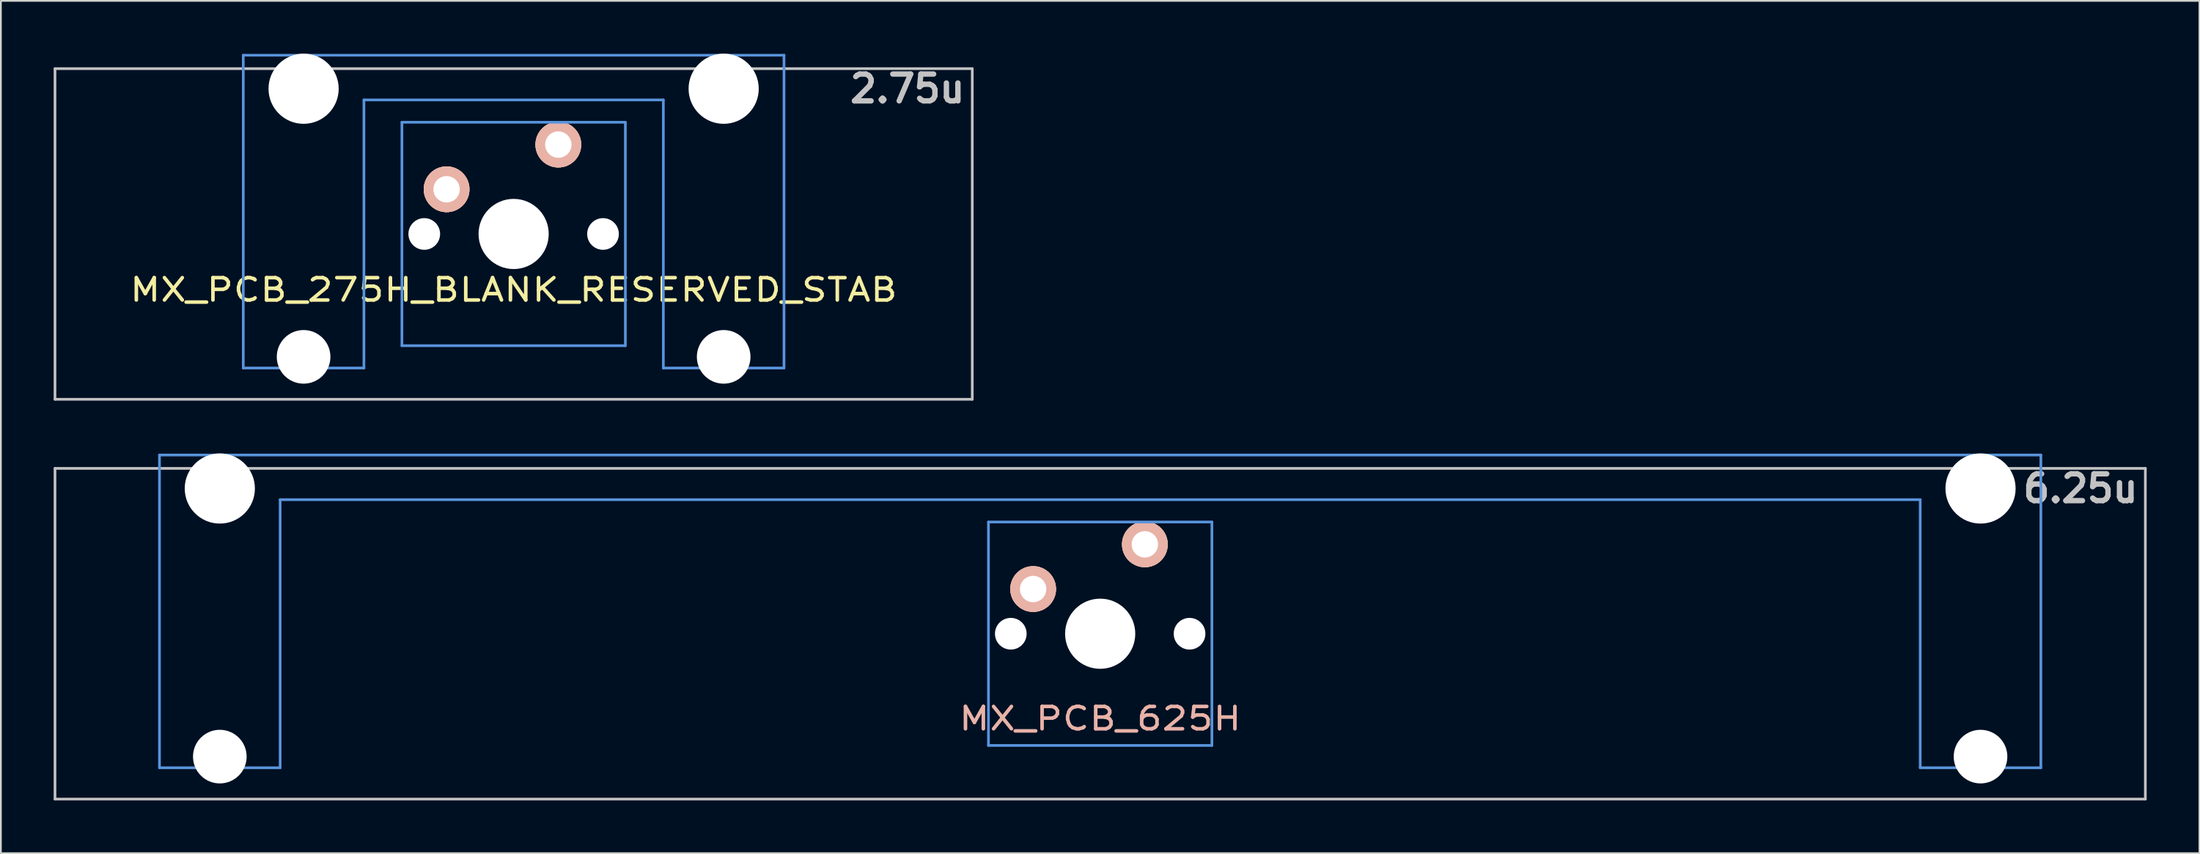
<source format=kicad_pcb>
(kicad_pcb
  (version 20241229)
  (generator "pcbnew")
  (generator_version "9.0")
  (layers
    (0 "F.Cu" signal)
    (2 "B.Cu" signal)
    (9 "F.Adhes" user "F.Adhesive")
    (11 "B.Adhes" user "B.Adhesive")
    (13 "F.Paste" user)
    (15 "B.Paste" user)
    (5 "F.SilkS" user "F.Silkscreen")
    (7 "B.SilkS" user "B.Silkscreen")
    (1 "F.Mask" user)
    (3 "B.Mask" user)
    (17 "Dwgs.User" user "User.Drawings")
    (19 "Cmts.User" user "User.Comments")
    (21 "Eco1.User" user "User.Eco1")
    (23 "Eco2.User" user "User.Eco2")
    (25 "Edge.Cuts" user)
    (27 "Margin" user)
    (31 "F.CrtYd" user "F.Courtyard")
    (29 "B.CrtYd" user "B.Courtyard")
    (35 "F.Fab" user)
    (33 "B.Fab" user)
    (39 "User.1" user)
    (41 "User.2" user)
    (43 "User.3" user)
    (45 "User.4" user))
  (footprint "MX_PCB_275H_BLANK_RESERVED_STAB"
    (layer "F.Cu")
    (at 26.144 10.249)
    (property "Reference" "MX_PCB_275H_BLANK_RESERVED_STAB" (at 0 3.175 0) (layer "F.SilkS") (effects (font (size 1.27 1.524) (thickness 0.203))))
    (attr through_hole)
    (fp_line (start -26.068 -9.398) (end 26.068 -9.398) (stroke (width 0.152) (type solid)) (layer "Dwgs.User"))
    (fp_line (start -26.068 9.398) (end -26.068 -9.398) (stroke (width 0.152) (type solid)) (layer "Dwgs.User"))
    (fp_line (start 26.068 -9.398) (end 26.068 9.398) (stroke (width 0.152) (type solid)) (layer "Dwgs.User"))
    (fp_line (start 26.068 9.398) (end -26.068 9.398) (stroke (width 0.152) (type solid)) (layer "Dwgs.User"))
    (fp_line (start -15.367 -10.16) (end -15.367 7.62) (stroke (width 0.152) (type solid)) (layer "Cmts.User"))
    (fp_line (start -15.367 7.62) (end -8.509 7.62) (stroke (width 0.152) (type solid)) (layer "Cmts.User"))
    (fp_line (start -8.509 -7.62) (end 8.509 -7.62) (stroke (width 0.152) (type solid)) (layer "Cmts.User"))
    (fp_line (start -8.509 7.62) (end -8.509 -7.62) (stroke (width 0.152) (type solid)) (layer "Cmts.User"))
    (fp_line (start -6.35 -6.35) (end 6.35 -6.35) (stroke (width 0.152) (type solid)) (layer "Cmts.User"))
    (fp_line (start -6.35 6.35) (end -6.35 -6.35) (stroke (width 0.152) (type solid)) (layer "Cmts.User"))
    (fp_line (start 6.35 -6.35) (end 6.35 6.35) (stroke (width 0.152) (type solid)) (layer "Cmts.User"))
    (fp_line (start 6.35 6.35) (end -6.35 6.35) (stroke (width 0.152) (type solid)) (layer "Cmts.User"))
    (fp_line (start 8.509 -7.62) (end 8.509 7.62) (stroke (width 0.152) (type solid)) (layer "Cmts.User"))
    (fp_line (start 8.509 7.62) (end 15.367 7.62) (stroke (width 0.152) (type solid)) (layer "Cmts.User"))
    (fp_line (start 15.367 -10.16) (end -15.367 -10.16) (stroke (width 0.152) (type solid)) (layer "Cmts.User"))
    (fp_line (start 15.367 7.62) (end 15.367 -10.16) (stroke (width 0.152) (type solid)) (layer "Cmts.User"))
    (fp_line (start -16.129 -0.508) (end -15.265 -0.508) (stroke (width 0.152) (type solid)) (layer "Eco2.User"))
    (fp_line (start -16.129 2.286) (end -16.129 -0.508) (stroke (width 0.152) (type solid)) (layer "Eco2.User"))
    (fp_line (start -15.265 -6.604) (end -14.224 -6.604) (stroke (width 0.152) (type solid)) (layer "Eco2.User"))
    (fp_line (start -15.265 -0.508) (end -15.265 -6.604) (stroke (width 0.152) (type solid)) (layer "Eco2.User"))
    (fp_line (start -15.265 2.286) (end -16.129 2.286) (stroke (width 0.152) (type solid)) (layer "Eco2.User"))
    (fp_line (start -15.265 5.69) (end -15.265 2.286) (stroke (width 0.152) (type solid)) (layer "Eco2.User"))
    (fp_line (start -14.224 -7.772) (end -9.652 -7.772) (stroke (width 0.152) (type solid)) (layer "Eco2.User"))
    (fp_line (start -14.224 -6.604) (end -14.224 -7.772) (stroke (width 0.152) (type solid)) (layer "Eco2.User"))
    (fp_line (start -9.652 -7.772) (end -9.652 -6.604) (stroke (width 0.152) (type solid)) (layer "Eco2.User"))
    (fp_line (start -9.652 -6.604) (end -8.611 -6.604) (stroke (width 0.152) (type solid)) (layer "Eco2.User"))
    (fp_line (start -8.611 -6.604) (end -8.611 -5.817) (stroke (width 0.152) (type solid)) (layer "Eco2.User"))
    (fp_line (start -8.611 -5.817) (end -6.985 -5.817) (stroke (width 0.152) (type solid)) (layer "Eco2.User"))
    (fp_line (start -8.611 4.877) (end -8.611 5.69) (stroke (width 0.152) (type solid)) (layer "Eco2.User"))
    (fp_line (start -8.611 5.69) (end -15.265 5.69) (stroke (width 0.152) (type solid)) (layer "Eco2.User"))
    (fp_line (start -6.985 -6.985) (end 6.985 -6.985) (stroke (width 0.152) (type solid)) (layer "Eco2.User"))
    (fp_line (start -6.985 -5.817) (end -6.985 -6.985) (stroke (width 0.152) (type solid)) (layer "Eco2.User"))
    (fp_line (start -6.985 4.877) (end -8.611 4.877) (stroke (width 0.152) (type solid)) (layer "Eco2.User"))
    (fp_line (start -6.985 6.985) (end -6.985 4.877) (stroke (width 0.152) (type solid)) (layer "Eco2.User"))
    (fp_line (start 6.985 -6.985) (end 6.985 -5.817) (stroke (width 0.152) (type solid)) (layer "Eco2.User"))
    (fp_line (start 6.985 -5.817) (end 8.611 -5.817) (stroke (width 0.152) (type solid)) (layer "Eco2.User"))
    (fp_line (start 6.985 4.877) (end 6.985 6.985) (stroke (width 0.152) (type solid)) (layer "Eco2.User"))
    (fp_line (start 6.985 6.985) (end -6.985 6.985) (stroke (width 0.152) (type solid)) (layer "Eco2.User"))
    (fp_line (start 8.611 -6.604) (end 9.652 -6.604) (stroke (width 0.152) (type solid)) (layer "Eco2.User"))
    (fp_line (start 8.611 -5.817) (end 8.611 -6.604) (stroke (width 0.152) (type solid)) (layer "Eco2.User"))
    (fp_line (start 8.611 4.877) (end 6.985 4.877) (stroke (width 0.152) (type solid)) (layer "Eco2.User"))
    (fp_line (start 8.611 5.69) (end 8.611 4.877) (stroke (width 0.152) (type solid)) (layer "Eco2.User"))
    (fp_line (start 9.652 -7.772) (end 14.224 -7.772) (stroke (width 0.152) (type solid)) (layer "Eco2.User"))
    (fp_line (start 9.652 -6.604) (end 9.652 -7.772) (stroke (width 0.152) (type solid)) (layer "Eco2.User"))
    (fp_line (start 14.224 -7.772) (end 14.224 -6.604) (stroke (width 0.152) (type solid)) (layer "Eco2.User"))
    (fp_line (start 14.224 -6.604) (end 15.265 -6.604) (stroke (width 0.152) (type solid)) (layer "Eco2.User"))
    (fp_line (start 15.265 -6.604) (end 15.265 -0.508) (stroke (width 0.152) (type solid)) (layer "Eco2.User"))
    (fp_line (start 15.265 -0.508) (end 16.129 -0.508) (stroke (width 0.152) (type solid)) (layer "Eco2.User"))
    (fp_line (start 15.265 2.286) (end 15.265 5.69) (stroke (width 0.152) (type solid)) (layer "Eco2.User"))
    (fp_line (start 15.265 5.69) (end 8.611 5.69) (stroke (width 0.152) (type solid)) (layer "Eco2.User"))
    (fp_line (start 16.129 -0.508) (end 16.129 2.286) (stroke (width 0.152) (type solid)) (layer "Eco2.User"))
    (fp_line (start 16.129 2.286) (end 15.265 2.286) (stroke (width 0.152) (type solid)) (layer "Eco2.User"))
    (fp_text user "2.75u" (at 22.385 -8.255 180) (layer "Dwgs.User") (effects (font (size 1.524 1.524) (thickness 0.305))))
    (pad "" np_thru_hole circle (at -11.938 -8.255 180) (size 3.988 3.988) (drill 3.988) (layers "*.Cu"))
    (pad "" np_thru_hole circle (at -11.938 6.985 180) (size 3.048 3.048) (drill 3.048) (layers "*.Cu"))
    (pad "" np_thru_hole circle (at -5.08 0) (size 1.8 1.8) (drill 1.8) (layers "*.Cu"))
    (pad "" np_thru_hole circle (at 0 0) (size 3.988 3.988) (drill 3.988) (layers "*.Cu"))
    (pad "" np_thru_hole circle (at 5.08 0) (size 1.8 1.8) (drill 1.8) (layers "*.Cu"))
    (pad "" np_thru_hole circle (at 11.938 -8.255 180) (size 3.988 3.988) (drill 3.988) (layers "*.Cu"))
    (pad "" np_thru_hole circle (at 11.938 6.985 180) (size 3.048 3.048) (drill 3.048) (layers "*.Cu"))
    (pad "1" thru_hole circle (at 2.54 -5.08) (size 2.6 2.6) (drill 1.499) (layers "*.Cu" "*.SilkS" "*.Mask"))
    (pad "2" thru_hole circle (at -3.81 -2.54) (size 2.6 2.6) (drill 1.499) (layers "*.Cu" "*.SilkS" "*.Mask")))
  (footprint "MX_PCB_625H"
    (layer "F.Cu")
    (at 59.482 32.972)
    (property "Reference" "MX_PCB_625H" (at 0 4.825 180) (layer "B.SilkS") (effects (font (size 1.27 1.524) (thickness 0.203))))
    (attr through_hole)
    (fp_line (start -59.406 -9.398) (end 59.406 -9.398) (stroke (width 0.152) (type solid)) (layer "Dwgs.User"))
    (fp_line (start -59.406 9.398) (end -59.406 -9.398) (stroke (width 0.152) (type solid)) (layer "Dwgs.User"))
    (fp_line (start 59.406 -9.398) (end 59.406 9.398) (stroke (width 0.152) (type solid)) (layer "Dwgs.User"))
    (fp_line (start 59.406 9.398) (end -59.406 9.398) (stroke (width 0.152) (type solid)) (layer "Dwgs.User"))
    (fp_line (start -53.467 -10.16) (end -53.467 7.62) (stroke (width 0.152) (type solid)) (layer "Cmts.User"))
    (fp_line (start -53.467 7.62) (end -46.609 7.62) (stroke (width 0.152) (type solid)) (layer "Cmts.User"))
    (fp_line (start -46.609 -7.62) (end 46.609 -7.62) (stroke (width 0.152) (type solid)) (layer "Cmts.User"))
    (fp_line (start -46.609 7.62) (end -46.609 -7.62) (stroke (width 0.152) (type solid)) (layer "Cmts.User"))
    (fp_line (start -6.35 -6.35) (end 6.35 -6.35) (stroke (width 0.152) (type solid)) (layer "Cmts.User"))
    (fp_line (start -6.35 6.35) (end -6.35 -6.35) (stroke (width 0.152) (type solid)) (layer "Cmts.User"))
    (fp_line (start 6.35 -6.35) (end 6.35 6.35) (stroke (width 0.152) (type solid)) (layer "Cmts.User"))
    (fp_line (start 6.35 6.35) (end -6.35 6.35) (stroke (width 0.152) (type solid)) (layer "Cmts.User"))
    (fp_line (start 46.609 -7.62) (end 46.609 7.62) (stroke (width 0.152) (type solid)) (layer "Cmts.User"))
    (fp_line (start 46.609 7.62) (end 53.467 7.62) (stroke (width 0.152) (type solid)) (layer "Cmts.User"))
    (fp_line (start 53.467 -10.16) (end -53.467 -10.16) (stroke (width 0.152) (type solid)) (layer "Cmts.User"))
    (fp_line (start 53.467 7.62) (end 53.467 -10.16) (stroke (width 0.152) (type solid)) (layer "Cmts.User"))
    (fp_line (start -54.229 -0.508) (end -53.365 -0.508) (stroke (width 0.152) (type solid)) (layer "Eco2.User"))
    (fp_line (start -54.229 2.286) (end -54.229 -0.508) (stroke (width 0.152) (type solid)) (layer "Eco2.User"))
    (fp_line (start -53.365 -6.604) (end -52.324 -6.604) (stroke (width 0.152) (type solid)) (layer "Eco2.User"))
    (fp_line (start -53.365 -0.508) (end -53.365 -6.604) (stroke (width 0.152) (type solid)) (layer "Eco2.User"))
    (fp_line (start -53.365 2.286) (end -54.229 2.286) (stroke (width 0.152) (type solid)) (layer "Eco2.User"))
    (fp_line (start -53.365 5.69) (end -53.365 2.286) (stroke (width 0.152) (type solid)) (layer "Eco2.User"))
    (fp_line (start -52.324 -7.772) (end -47.752 -7.772) (stroke (width 0.152) (type solid)) (layer "Eco2.User"))
    (fp_line (start -52.324 -6.604) (end -52.324 -7.772) (stroke (width 0.152) (type solid)) (layer "Eco2.User"))
    (fp_line (start -47.752 -7.772) (end -47.752 -6.604) (stroke (width 0.152) (type solid)) (layer "Eco2.User"))
    (fp_line (start -47.752 -6.604) (end -46.711 -6.604) (stroke (width 0.152) (type solid)) (layer "Eco2.User"))
    (fp_line (start -46.711 -6.604) (end -46.711 -2.286) (stroke (width 0.152) (type solid)) (layer "Eco2.User"))
    (fp_line (start -46.711 -2.286) (end -6.985 -2.286) (stroke (width 0.152) (type solid)) (layer "Eco2.User"))
    (fp_line (start -46.711 2.286) (end -46.711 5.69) (stroke (width 0.152) (type solid)) (layer "Eco2.User"))
    (fp_line (start -46.711 5.69) (end -53.365 5.69) (stroke (width 0.152) (type solid)) (layer "Eco2.User"))
    (fp_line (start -6.985 -6.985) (end 6.985 -6.985) (stroke (width 0.152) (type solid)) (layer "Eco2.User"))
    (fp_line (start -6.985 -2.286) (end -6.985 -6.985) (stroke (width 0.152) (type solid)) (layer "Eco2.User"))
    (fp_line (start -6.985 2.286) (end -46.711 2.286) (stroke (width 0.152) (type solid)) (layer "Eco2.User"))
    (fp_line (start -6.985 6.985) (end -6.985 2.286) (stroke (width 0.152) (type solid)) (layer "Eco2.User"))
    (fp_line (start 6.985 -6.985) (end 6.985 -2.286) (stroke (width 0.152) (type solid)) (layer "Eco2.User"))
    (fp_line (start 6.985 -2.286) (end 46.711 -2.286) (stroke (width 0.152) (type solid)) (layer "Eco2.User"))
    (fp_line (start 6.985 2.286) (end 6.985 6.985) (stroke (width 0.152) (type solid)) (layer "Eco2.User"))
    (fp_line (start 6.985 6.985) (end -6.985 6.985) (stroke (width 0.152) (type solid)) (layer "Eco2.User"))
    (fp_line (start 46.711 -6.604) (end 47.752 -6.604) (stroke (width 0.152) (type solid)) (layer "Eco2.User"))
    (fp_line (start 46.711 -2.286) (end 46.711 -6.604) (stroke (width 0.152) (type solid)) (layer "Eco2.User"))
    (fp_line (start 46.711 2.286) (end 6.985 2.286) (stroke (width 0.152) (type solid)) (layer "Eco2.User"))
    (fp_line (start 46.711 5.69) (end 46.711 2.286) (stroke (width 0.152) (type solid)) (layer "Eco2.User"))
    (fp_line (start 47.752 -7.772) (end 52.324 -7.772) (stroke (width 0.152) (type solid)) (layer "Eco2.User"))
    (fp_line (start 47.752 -6.604) (end 47.752 -7.772) (stroke (width 0.152) (type solid)) (layer "Eco2.User"))
    (fp_line (start 52.324 -7.772) (end 52.324 -6.604) (stroke (width 0.152) (type solid)) (layer "Eco2.User"))
    (fp_line (start 52.324 -6.604) (end 53.365 -6.604) (stroke (width 0.152) (type solid)) (layer "Eco2.User"))
    (fp_line (start 53.365 -6.604) (end 53.365 -0.508) (stroke (width 0.152) (type solid)) (layer "Eco2.User"))
    (fp_line (start 53.365 -0.508) (end 54.229 -0.508) (stroke (width 0.152) (type solid)) (layer "Eco2.User"))
    (fp_line (start 53.365 2.286) (end 53.365 5.69) (stroke (width 0.152) (type solid)) (layer "Eco2.User"))
    (fp_line (start 53.365 5.69) (end 46.711 5.69) (stroke (width 0.152) (type solid)) (layer "Eco2.User"))
    (fp_line (start 54.229 -0.508) (end 54.229 2.286) (stroke (width 0.152) (type solid)) (layer "Eco2.User"))
    (fp_line (start 54.229 2.286) (end 53.365 2.286) (stroke (width 0.152) (type solid)) (layer "Eco2.User"))
    (fp_text user "6.25u" (at 55.723 -8.255 180) (layer "Dwgs.User") (effects (font (size 1.524 1.524) (thickness 0.305))))
    (pad "" np_thru_hole circle (at -50.038 -8.255 180) (size 3.988 3.988) (drill 3.988) (layers "*.Cu"))
    (pad "" np_thru_hole circle (at -50.038 6.985 180) (size 3.048 3.048) (drill 3.048) (layers "*.Cu"))
    (pad "" np_thru_hole circle (at -5.08 0 180) (size 1.8 1.8) (drill 1.8) (layers "*.Cu"))
    (pad "" np_thru_hole circle (at 0 0 180) (size 3.988 3.988) (drill 3.988) (layers "*.Cu"))
    (pad "" np_thru_hole circle (at 5.08 0 180) (size 1.8 1.8) (drill 1.8) (layers "*.Cu"))
    (pad "" np_thru_hole circle (at 50.038 -8.255 180) (size 3.988 3.988) (drill 3.988) (layers "*.Cu"))
    (pad "" np_thru_hole circle (at 50.038 6.985 180) (size 3.048 3.048) (drill 3.048) (layers "*.Cu"))
    (pad "1" thru_hole circle (at 2.54 -5.08) (size 2.6 2.6) (drill 1.499) (layers "*.Cu" "*.SilkS" "*.Mask"))
    (pad "2" thru_hole circle (at -3.81 -2.54) (size 2.6 2.6) (drill 1.499) (layers "*.Cu" "*.SilkS" "*.Mask")))
  (gr_rect
    (start -3 -3)
    (end 121.963 45.446)
    (stroke (width 0.1) (type default))
    (fill no)
    (layer "Edge.Cuts")))
</source>
